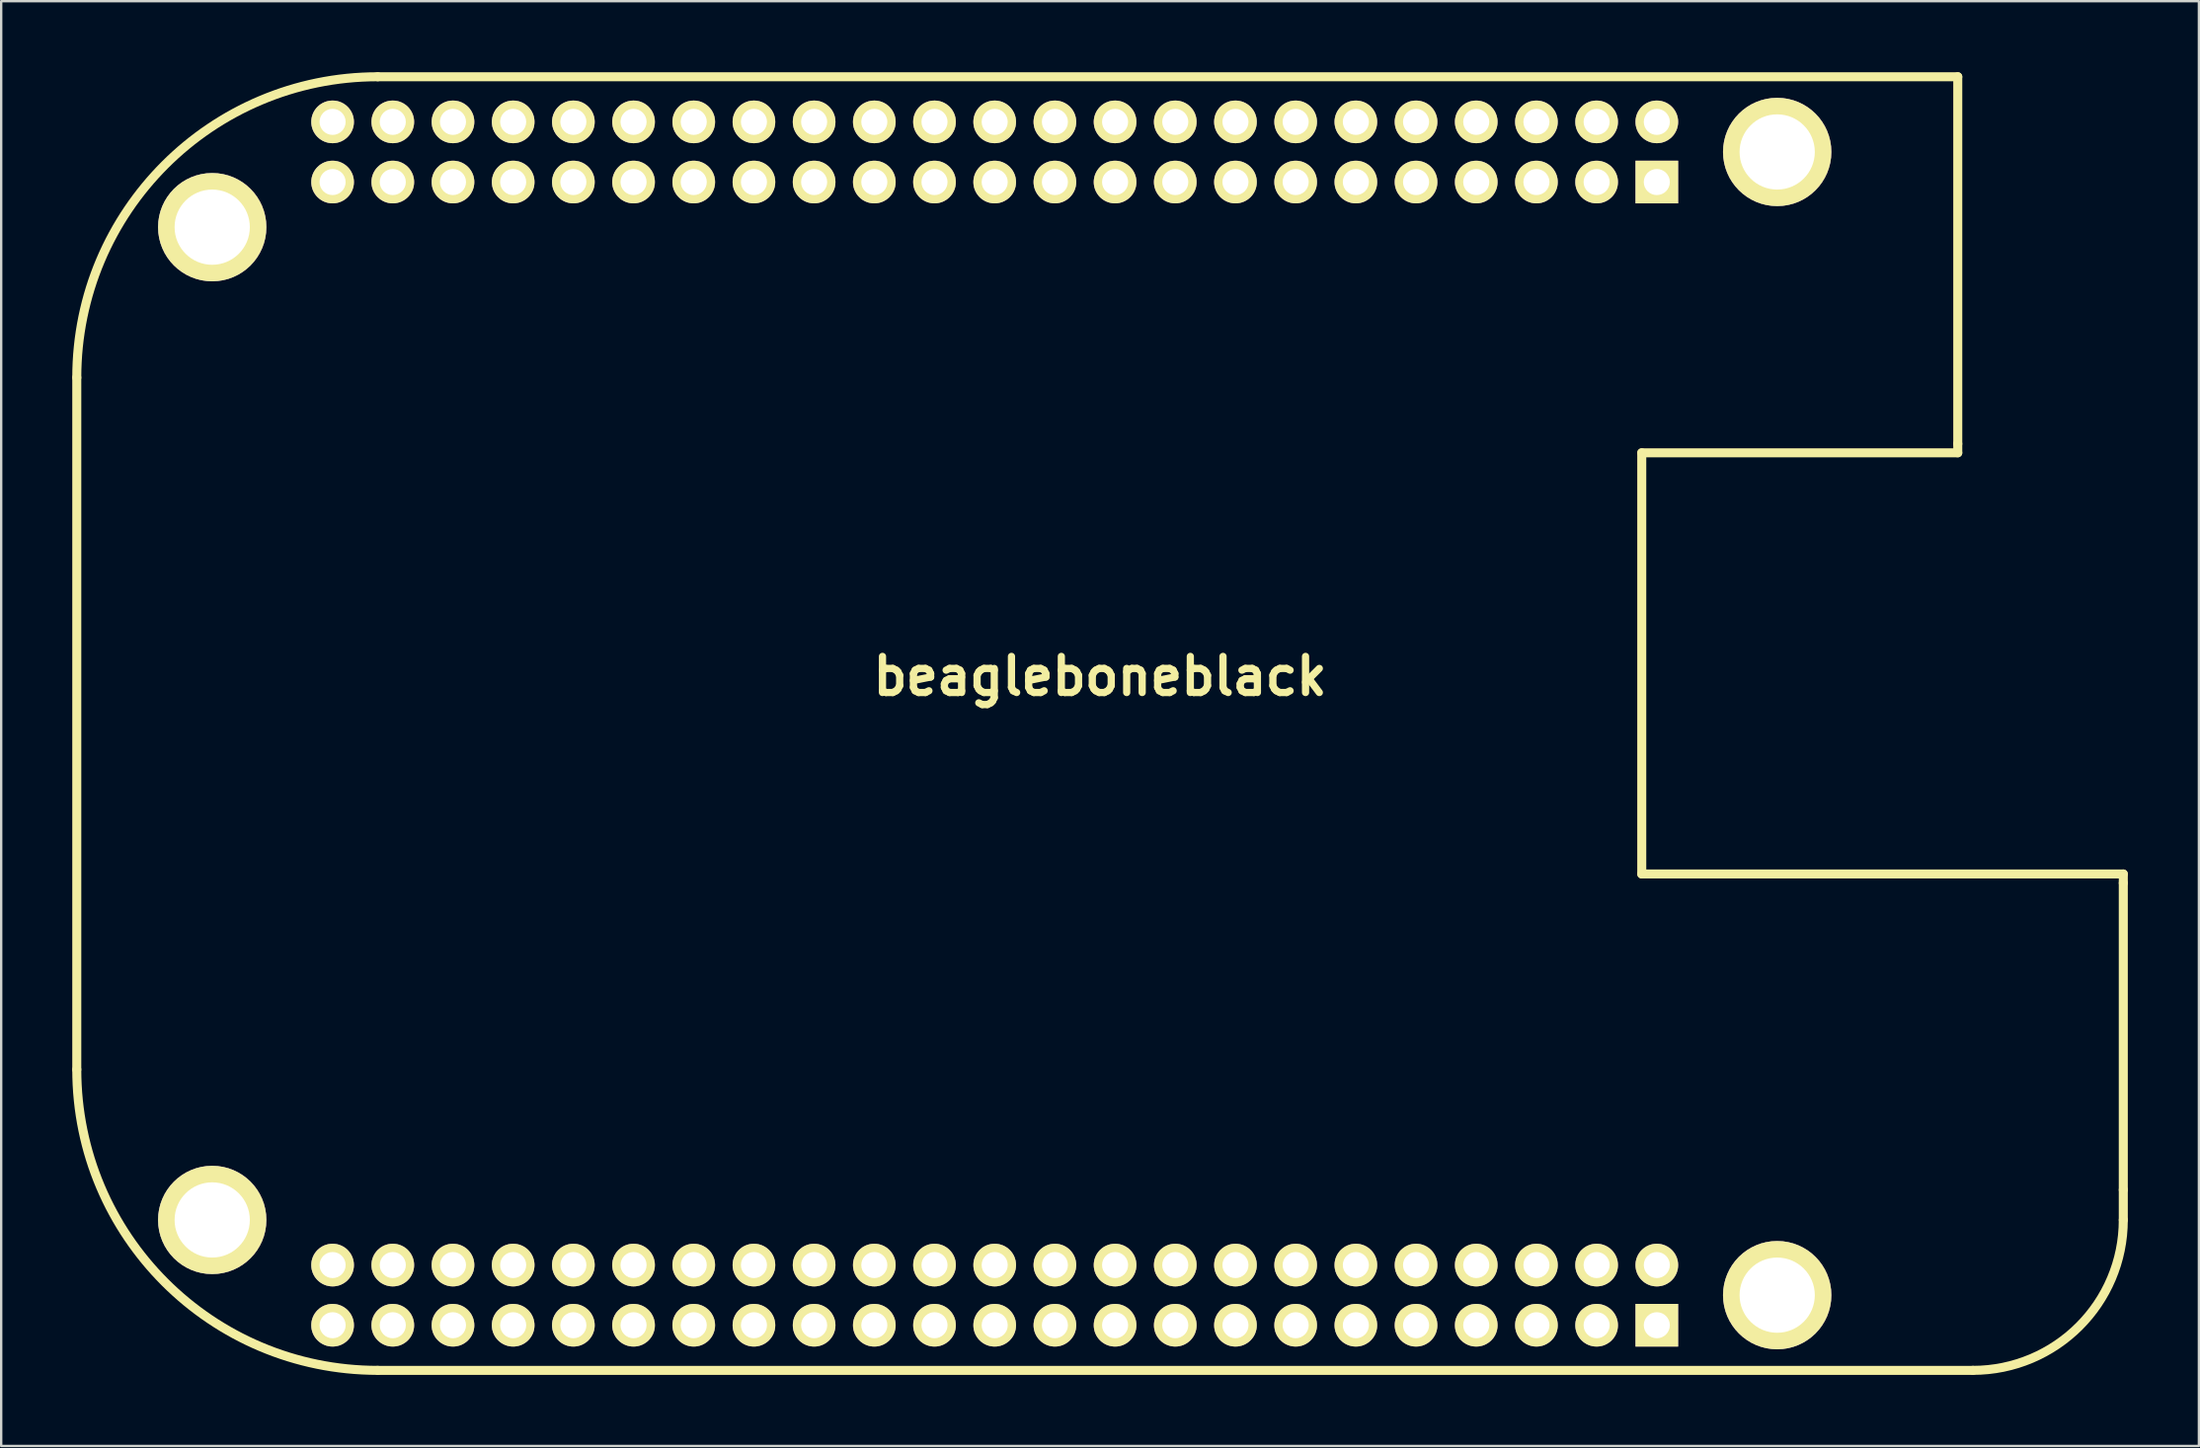
<source format=kicad_pcb>
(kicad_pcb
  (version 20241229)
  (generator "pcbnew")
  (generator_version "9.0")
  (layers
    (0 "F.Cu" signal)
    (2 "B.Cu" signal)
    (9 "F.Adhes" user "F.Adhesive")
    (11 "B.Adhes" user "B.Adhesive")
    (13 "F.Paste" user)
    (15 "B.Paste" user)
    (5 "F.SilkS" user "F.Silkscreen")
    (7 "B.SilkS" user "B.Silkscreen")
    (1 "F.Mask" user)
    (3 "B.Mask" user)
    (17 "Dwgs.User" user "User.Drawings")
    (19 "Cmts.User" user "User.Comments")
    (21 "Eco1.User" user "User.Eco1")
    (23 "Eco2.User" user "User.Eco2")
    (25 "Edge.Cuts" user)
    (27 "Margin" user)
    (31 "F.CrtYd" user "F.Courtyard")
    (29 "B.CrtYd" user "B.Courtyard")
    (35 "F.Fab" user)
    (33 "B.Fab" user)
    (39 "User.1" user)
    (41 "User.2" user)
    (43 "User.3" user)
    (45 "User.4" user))
  (footprint "beagleboneblack"
    (layer "F.Cu")
    (at 43.37 27.495)
    (property "Reference" "beagleboneblack" (at 0 -2 0) (layer "F.SilkS") (effects (font (size 1.524 1.524) (thickness 0.305))))
    (attr through_hole)
    (fp_line (start -43.18 14.605) (end -43.18 -14.605) (stroke (width 0.381) (type solid)) (layer "F.SilkS"))
    (fp_line (start -30.48 -27.305) (end 36.195 -27.305) (stroke (width 0.381) (type solid)) (layer "F.SilkS"))
    (fp_line (start -30.48 27.305) (end 36.83 27.305) (stroke (width 0.381) (type solid)) (layer "F.SilkS"))
    (fp_line (start 22.86 -11.43) (end 22.86 6.35) (stroke (width 0.381) (type solid)) (layer "F.SilkS"))
    (fp_line (start 22.86 6.35) (end 43.18 6.35) (stroke (width 0.381) (type solid)) (layer "F.SilkS"))
    (fp_line (start 36.195 -27.305) (end 36.195 -11.811) (stroke (width 0.381) (type solid)) (layer "F.SilkS"))
    (fp_line (start 36.195 -11.811) (end 36.195 -11.43) (stroke (width 0.381) (type solid)) (layer "F.SilkS"))
    (fp_line (start 36.195 -11.43) (end 22.86 -11.43) (stroke (width 0.381) (type solid)) (layer "F.SilkS"))
    (fp_line (start 43.18 6.35) (end 43.18 6.731) (stroke (width 0.381) (type solid)) (layer "F.SilkS"))
    (fp_line (start 43.18 6.731) (end 43.18 19.685) (stroke (width 0.381) (type solid)) (layer "F.SilkS"))
    (fp_line (start 43.18 20.955) (end 43.18 19.685) (stroke (width 0.381) (type solid)) (layer "F.SilkS"))
    (fp_arc (start -43.18 -14.605) (mid -39.460256 -23.585256) (end -30.48 -27.305) (stroke (width 0.381) (type solid)) (layer "F.SilkS"))
    (fp_arc (start -30.48 27.305) (mid -39.460256 23.585256) (end -43.18 14.605) (stroke (width 0.381) (type solid)) (layer "F.SilkS"))
    (fp_arc (start 43.18 20.955) (mid 41.320128 25.445128) (end 36.83 27.305) (stroke (width 0.381) (type solid)) (layer "F.SilkS"))
    (pad "B1" thru_hole rect (at 23.495 -22.86) (size 1.8 1.8) (drill 1.1) (layers "*.Cu" "*.Mask" "F.SilkS"))
    (pad "B2" thru_hole circle (at 23.495 -25.4) (size 1.8 1.8) (drill 1.1) (layers "*.Cu" "*.Mask" "F.SilkS"))
    (pad "B3" thru_hole circle (at 20.955 -22.86) (size 1.8 1.8) (drill 1.1) (layers "*.Cu" "*.Mask" "F.SilkS"))
    (pad "B4" thru_hole circle (at 20.955 -25.4) (size 1.8 1.8) (drill 1.1) (layers "*.Cu" "*.Mask" "F.SilkS"))
    (pad "B5" thru_hole circle (at 18.415 -22.86) (size 1.8 1.8) (drill 1.1) (layers "*.Cu" "*.Mask" "F.SilkS"))
    (pad "B6" thru_hole circle (at 18.415 -25.4) (size 1.8 1.8) (drill 1.1) (layers "*.Cu" "*.Mask" "F.SilkS"))
    (pad "B7" thru_hole circle (at 15.875 -22.86) (size 1.8 1.8) (drill 1.1) (layers "*.Cu" "*.Mask" "F.SilkS"))
    (pad "B8" thru_hole circle (at 15.875 -25.4) (size 1.8 1.8) (drill 1.1) (layers "*.Cu" "*.Mask" "F.SilkS"))
    (pad "B9" thru_hole circle (at 13.335 -22.86) (size 1.8 1.8) (drill 1.1) (layers "*.Cu" "*.Mask" "F.SilkS"))
    (pad "B10" thru_hole circle (at 13.335 -25.4) (size 1.8 1.8) (drill 1.1) (layers "*.Cu" "*.Mask" "F.SilkS"))
    (pad "B11" thru_hole circle (at 10.795 -22.86) (size 1.8 1.8) (drill 1.1) (layers "*.Cu" "*.Mask" "F.SilkS"))
    (pad "B12" thru_hole circle (at 10.795 -25.4) (size 1.8 1.8) (drill 1.1) (layers "*.Cu" "*.Mask" "F.SilkS"))
    (pad "B13" thru_hole circle (at 8.255 -22.86) (size 1.8 1.8) (drill 1.1) (layers "*.Cu" "*.Mask" "F.SilkS"))
    (pad "B14" thru_hole circle (at 8.255 -25.4) (size 1.8 1.8) (drill 1.1) (layers "*.Cu" "*.Mask" "F.SilkS"))
    (pad "B15" thru_hole circle (at 5.715 -22.86) (size 1.8 1.8) (drill 1.1) (layers "*.Cu" "*.Mask" "F.SilkS"))
    (pad "B16" thru_hole circle (at 5.715 -25.4) (size 1.8 1.8) (drill 1.1) (layers "*.Cu" "*.Mask" "F.SilkS"))
    (pad "B17" thru_hole circle (at 3.175 -22.86) (size 1.8 1.8) (drill 1.1) (layers "*.Cu" "*.Mask" "F.SilkS"))
    (pad "B18" thru_hole circle (at 3.175 -25.4) (size 1.8 1.8) (drill 1.1) (layers "*.Cu" "*.Mask" "F.SilkS"))
    (pad "B19" thru_hole circle (at 0.635 -22.86) (size 1.8 1.8) (drill 1.1) (layers "*.Cu" "*.Mask" "F.SilkS"))
    (pad "B20" thru_hole circle (at 0.635 -25.4) (size 1.8 1.8) (drill 1.1) (layers "*.Cu" "*.Mask" "F.SilkS"))
    (pad "B21" thru_hole circle (at -1.905 -22.86) (size 1.8 1.8) (drill 1.1) (layers "*.Cu" "*.Mask" "F.SilkS"))
    (pad "B22" thru_hole circle (at -1.905 -25.4) (size 1.8 1.8) (drill 1.1) (layers "*.Cu" "*.Mask" "F.SilkS"))
    (pad "B23" thru_hole circle (at -4.445 -22.86) (size 1.8 1.8) (drill 1.1) (layers "*.Cu" "*.Mask" "F.SilkS"))
    (pad "B24" thru_hole circle (at -4.445 -25.4) (size 1.8 1.8) (drill 1.1) (layers "*.Cu" "*.Mask" "F.SilkS"))
    (pad "B25" thru_hole circle (at -6.985 -22.86) (size 1.8 1.8) (drill 1.1) (layers "*.Cu" "*.Mask" "F.SilkS"))
    (pad "B26" thru_hole circle (at -6.985 -25.4) (size 1.8 1.8) (drill 1.1) (layers "*.Cu" "*.Mask" "F.SilkS"))
    (pad "B27" thru_hole circle (at -9.525 -22.86) (size 1.8 1.8) (drill 1.1) (layers "*.Cu" "*.Mask" "F.SilkS"))
    (pad "B28" thru_hole circle (at -9.525 -25.4) (size 1.8 1.8) (drill 1.1) (layers "*.Cu" "*.Mask" "F.SilkS"))
    (pad "B29" thru_hole circle (at -12.065 -22.86) (size 1.8 1.8) (drill 1.1) (layers "*.Cu" "*.Mask" "F.SilkS"))
    (pad "B30" thru_hole circle (at -12.065 -25.4) (size 1.8 1.8) (drill 1.1) (layers "*.Cu" "*.Mask" "F.SilkS"))
    (pad "B31" thru_hole circle (at -14.605 -22.86) (size 1.8 1.8) (drill 1.1) (layers "*.Cu" "*.Mask" "F.SilkS"))
    (pad "B32" thru_hole circle (at -14.605 -25.4) (size 1.8 1.8) (drill 1.1) (layers "*.Cu" "*.Mask" "F.SilkS"))
    (pad "B33" thru_hole circle (at -17.145 -22.86) (size 1.8 1.8) (drill 1.1) (layers "*.Cu" "*.Mask" "F.SilkS"))
    (pad "B34" thru_hole circle (at -17.145 -25.4) (size 1.8 1.8) (drill 1.1) (layers "*.Cu" "*.Mask" "F.SilkS"))
    (pad "B35" thru_hole circle (at -19.685 -22.86) (size 1.8 1.8) (drill 1.1) (layers "*.Cu" "*.Mask" "F.SilkS"))
    (pad "B36" thru_hole circle (at -19.685 -25.4) (size 1.8 1.8) (drill 1.1) (layers "*.Cu" "*.Mask" "F.SilkS"))
    (pad "B37" thru_hole circle (at -22.225 -22.86) (size 1.8 1.8) (drill 1.1) (layers "*.Cu" "*.Mask" "F.SilkS"))
    (pad "B38" thru_hole circle (at -22.225 -25.4) (size 1.8 1.8) (drill 1.1) (layers "*.Cu" "*.Mask" "F.SilkS"))
    (pad "B39" thru_hole circle (at -24.765 -22.86) (size 1.8 1.8) (drill 1.1) (layers "*.Cu" "*.Mask" "F.SilkS"))
    (pad "B40" thru_hole circle (at -24.765 -25.4) (size 1.8 1.8) (drill 1.1) (layers "*.Cu" "*.Mask" "F.SilkS"))
    (pad "B41" thru_hole circle (at -27.305 -22.86) (size 1.8 1.8) (drill 1.1) (layers "*.Cu" "*.Mask" "F.SilkS"))
    (pad "B42" thru_hole circle (at -27.305 -25.4) (size 1.8 1.8) (drill 1.1) (layers "*.Cu" "*.Mask" "F.SilkS"))
    (pad "B43" thru_hole circle (at -29.845 -22.86) (size 1.8 1.8) (drill 1.1) (layers "*.Cu" "*.Mask" "F.SilkS"))
    (pad "B44" thru_hole circle (at -29.845 -25.4) (size 1.8 1.8) (drill 1.1) (layers "*.Cu" "*.Mask" "F.SilkS"))
    (pad "B45" thru_hole circle (at -32.385 -22.86) (size 1.8 1.8) (drill 1.1) (layers "*.Cu" "*.Mask" "F.SilkS"))
    (pad "B46" thru_hole circle (at -32.385 -25.4) (size 1.8 1.8) (drill 1.1) (layers "*.Cu" "*.Mask" "F.SilkS"))
    (pad "C1" thru_hole rect (at 23.495 25.4) (size 1.8 1.8) (drill 1.1) (layers "*.Cu" "*.Mask" "F.SilkS"))
    (pad "C2" thru_hole circle (at 23.495 22.86) (size 1.8 1.8) (drill 1.1) (layers "*.Cu" "*.Mask" "F.SilkS"))
    (pad "C3" thru_hole circle (at 20.955 25.4) (size 1.8 1.8) (drill 1.1) (layers "*.Cu" "*.Mask" "F.SilkS"))
    (pad "C4" thru_hole circle (at 20.955 22.86) (size 1.8 1.8) (drill 1.1) (layers "*.Cu" "*.Mask" "F.SilkS"))
    (pad "C5" thru_hole circle (at 18.415 25.4) (size 1.8 1.8) (drill 1.1) (layers "*.Cu" "*.Mask" "F.SilkS"))
    (pad "C6" thru_hole circle (at 18.415 22.86) (size 1.8 1.8) (drill 1.1) (layers "*.Cu" "*.Mask" "F.SilkS"))
    (pad "C7" thru_hole circle (at 15.875 25.4) (size 1.8 1.8) (drill 1.1) (layers "*.Cu" "*.Mask" "F.SilkS"))
    (pad "C8" thru_hole circle (at 15.875 22.86) (size 1.8 1.8) (drill 1.1) (layers "*.Cu" "*.Mask" "F.SilkS"))
    (pad "C9" thru_hole circle (at 13.335 25.4) (size 1.8 1.8) (drill 1.1) (layers "*.Cu" "*.Mask" "F.SilkS"))
    (pad "C10" thru_hole circle (at 13.335 22.86) (size 1.8 1.8) (drill 1.1) (layers "*.Cu" "*.Mask" "F.SilkS"))
    (pad "C11" thru_hole circle (at 10.795 25.4) (size 1.8 1.8) (drill 1.1) (layers "*.Cu" "*.Mask" "F.SilkS"))
    (pad "C12" thru_hole circle (at 10.795 22.86) (size 1.8 1.8) (drill 1.1) (layers "*.Cu" "*.Mask" "F.SilkS"))
    (pad "C13" thru_hole circle (at 8.255 25.4) (size 1.8 1.8) (drill 1.1) (layers "*.Cu" "*.Mask" "F.SilkS"))
    (pad "C14" thru_hole circle (at 8.255 22.86) (size 1.8 1.8) (drill 1.1) (layers "*.Cu" "*.Mask" "F.SilkS"))
    (pad "C15" thru_hole circle (at 5.715 25.4) (size 1.8 1.8) (drill 1.1) (layers "*.Cu" "*.Mask" "F.SilkS"))
    (pad "C16" thru_hole circle (at 5.715 22.86) (size 1.8 1.8) (drill 1.1) (layers "*.Cu" "*.Mask" "F.SilkS"))
    (pad "C17" thru_hole circle (at 3.175 25.4) (size 1.8 1.8) (drill 1.1) (layers "*.Cu" "*.Mask" "F.SilkS"))
    (pad "C18" thru_hole circle (at 3.175 22.86) (size 1.8 1.8) (drill 1.1) (layers "*.Cu" "*.Mask" "F.SilkS"))
    (pad "C19" thru_hole circle (at 0.635 25.4) (size 1.8 1.8) (drill 1.1) (layers "*.Cu" "*.Mask" "F.SilkS"))
    (pad "C20" thru_hole circle (at 0.635 22.86) (size 1.8 1.8) (drill 1.1) (layers "*.Cu" "*.Mask" "F.SilkS"))
    (pad "C21" thru_hole circle (at -1.905 25.4) (size 1.8 1.8) (drill 1.1) (layers "*.Cu" "*.Mask" "F.SilkS"))
    (pad "C22" thru_hole circle (at -1.905 22.86) (size 1.8 1.8) (drill 1.1) (layers "*.Cu" "*.Mask" "F.SilkS"))
    (pad "C23" thru_hole circle (at -4.445 25.4) (size 1.8 1.8) (drill 1.1) (layers "*.Cu" "*.Mask" "F.SilkS"))
    (pad "C24" thru_hole circle (at -4.445 22.86) (size 1.8 1.8) (drill 1.1) (layers "*.Cu" "*.Mask" "F.SilkS"))
    (pad "C25" thru_hole circle (at -6.985 25.4) (size 1.8 1.8) (drill 1.1) (layers "*.Cu" "*.Mask" "F.SilkS"))
    (pad "C26" thru_hole circle (at -6.985 22.86) (size 1.8 1.8) (drill 1.1) (layers "*.Cu" "*.Mask" "F.SilkS"))
    (pad "C27" thru_hole circle (at -9.525 25.4) (size 1.8 1.8) (drill 1.1) (layers "*.Cu" "*.Mask" "F.SilkS"))
    (pad "C28" thru_hole circle (at -9.525 22.86) (size 1.8 1.8) (drill 1.1) (layers "*.Cu" "*.Mask" "F.SilkS"))
    (pad "C29" thru_hole circle (at -12.065 25.4) (size 1.8 1.8) (drill 1.1) (layers "*.Cu" "*.Mask" "F.SilkS"))
    (pad "C30" thru_hole circle (at -12.065 22.86) (size 1.8 1.8) (drill 1.1) (layers "*.Cu" "*.Mask" "F.SilkS"))
    (pad "C31" thru_hole circle (at -14.605 25.4) (size 1.8 1.8) (drill 1.1) (layers "*.Cu" "*.Mask" "F.SilkS"))
    (pad "C32" thru_hole circle (at -14.605 22.86) (size 1.8 1.8) (drill 1.1) (layers "*.Cu" "*.Mask" "F.SilkS"))
    (pad "C33" thru_hole circle (at -17.145 25.4) (size 1.8 1.8) (drill 1.1) (layers "*.Cu" "*.Mask" "F.SilkS"))
    (pad "C34" thru_hole circle (at -17.145 22.86) (size 1.8 1.8) (drill 1.1) (layers "*.Cu" "*.Mask" "F.SilkS"))
    (pad "C35" thru_hole circle (at -19.685 25.4) (size 1.8 1.8) (drill 1.1) (layers "*.Cu" "*.Mask" "F.SilkS"))
    (pad "C36" thru_hole circle (at -19.685 22.86) (size 1.8 1.8) (drill 1.1) (layers "*.Cu" "*.Mask" "F.SilkS"))
    (pad "C37" thru_hole circle (at -22.225 25.4) (size 1.8 1.8) (drill 1.1) (layers "*.Cu" "*.Mask" "F.SilkS"))
    (pad "C38" thru_hole circle (at -22.225 22.86) (size 1.8 1.8) (drill 1.1) (layers "*.Cu" "*.Mask" "F.SilkS"))
    (pad "C39" thru_hole circle (at -24.765 25.4) (size 1.8 1.8) (drill 1.1) (layers "*.Cu" "*.Mask" "F.SilkS"))
    (pad "C40" thru_hole circle (at -24.765 22.86) (size 1.8 1.8) (drill 1.1) (layers "*.Cu" "*.Mask" "F.SilkS"))
    (pad "C41" thru_hole circle (at -27.305 25.4) (size 1.8 1.8) (drill 1.1) (layers "*.Cu" "*.Mask" "F.SilkS"))
    (pad "C42" thru_hole circle (at -27.305 22.86) (size 1.8 1.8) (drill 1.1) (layers "*.Cu" "*.Mask" "F.SilkS"))
    (pad "C43" thru_hole circle (at -29.845 25.4) (size 1.8 1.8) (drill 1.1) (layers "*.Cu" "*.Mask" "F.SilkS"))
    (pad "C44" thru_hole circle (at -29.845 22.86) (size 1.8 1.8) (drill 1.1) (layers "*.Cu" "*.Mask" "F.SilkS"))
    (pad "C45" thru_hole circle (at -32.385 25.4) (size 1.8 1.8) (drill 1.1) (layers "*.Cu" "*.Mask" "F.SilkS"))
    (pad "C46" thru_hole circle (at -32.385 22.86) (size 1.8 1.8) (drill 1.1) (layers "*.Cu" "*.Mask" "F.SilkS"))
    (pad "M1" thru_hole circle (at -37.465 20.955) (size 4.572 4.572) (drill 3.175) (layers "*.Cu" "*.Mask" "F.SilkS"))
    (pad "M2" thru_hole circle (at 28.575 24.13) (size 4.572 4.572) (drill 3.175) (layers "*.Cu" "*.Mask" "F.SilkS"))
    (pad "M3" thru_hole circle (at 28.575 -24.13) (size 4.572 4.572) (drill 3.175) (layers "*.Cu" "*.Mask" "F.SilkS"))
    (pad "M4" thru_hole circle (at -37.465 -20.955) (size 4.572 4.572) (drill 3.175) (layers "*.Cu" "*.Mask" "F.SilkS")))
  (gr_rect
    (start -3 -3)
    (end 89.741 57.991)
    (stroke (width 0.1) (type default))
    (fill no)
    (layer "Edge.Cuts")))
</source>
